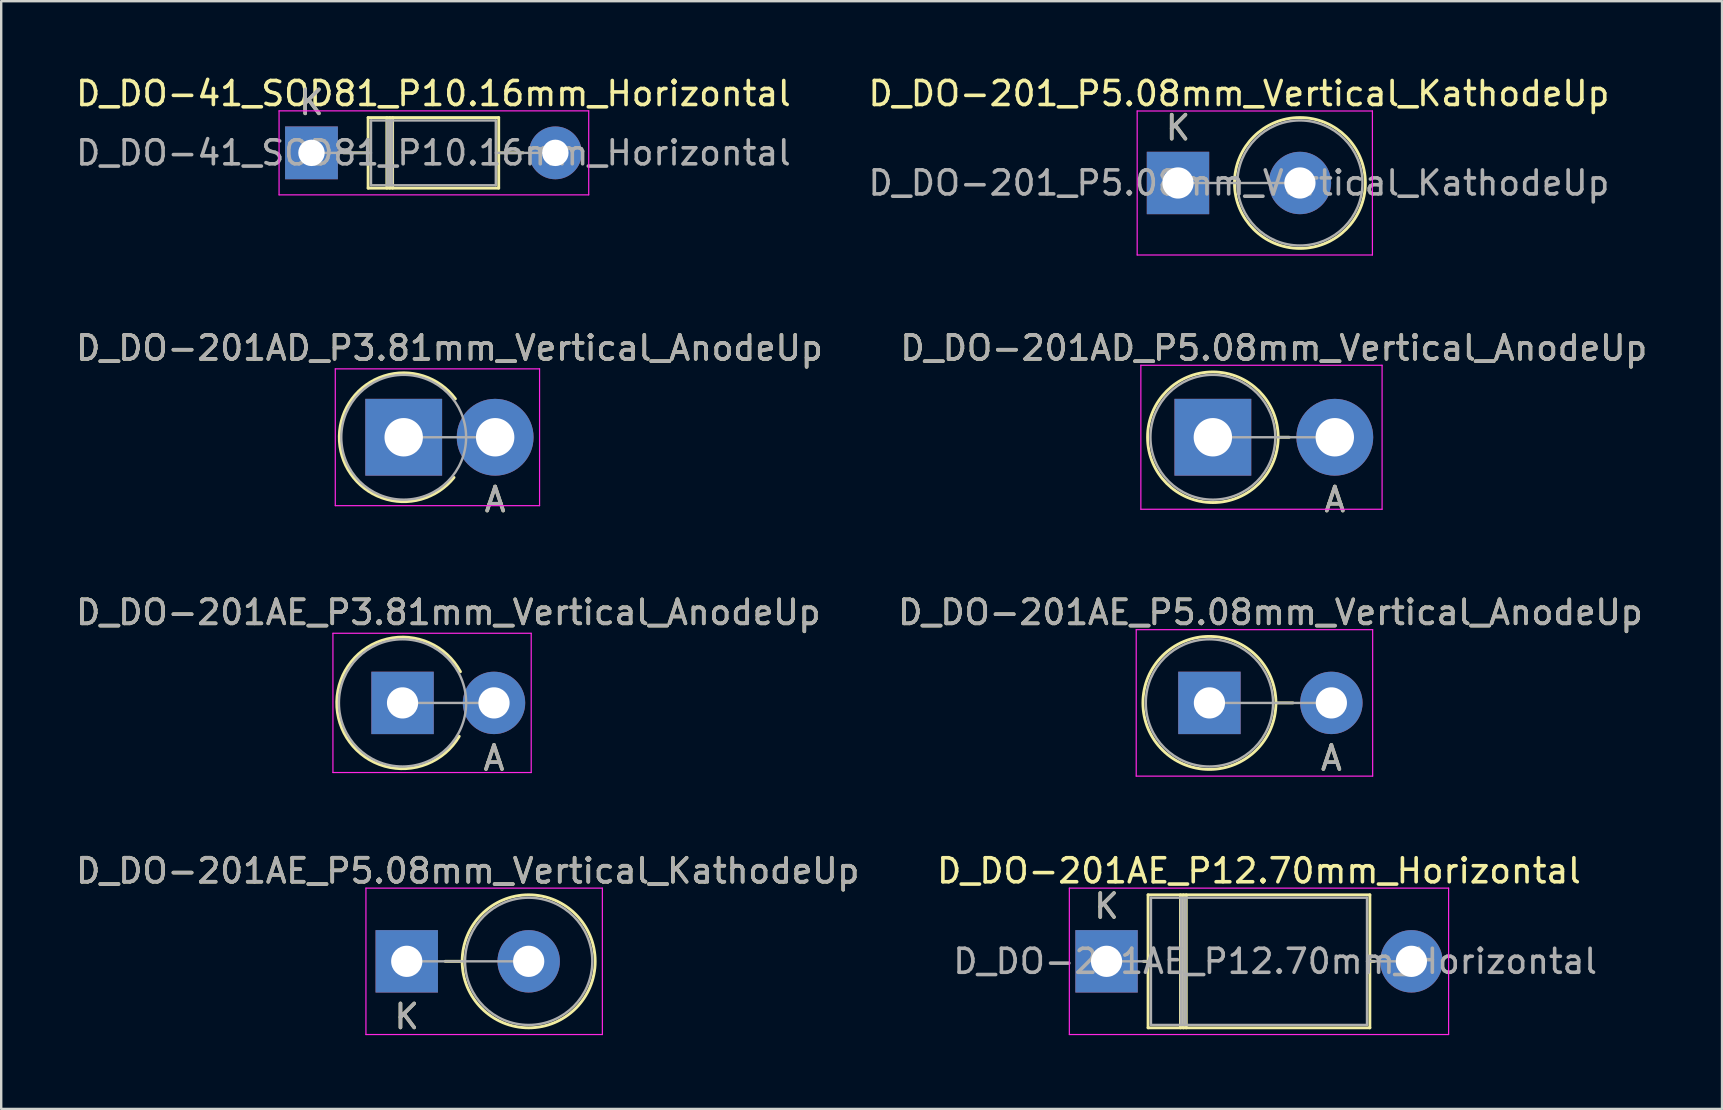
<source format=kicad_pcb>
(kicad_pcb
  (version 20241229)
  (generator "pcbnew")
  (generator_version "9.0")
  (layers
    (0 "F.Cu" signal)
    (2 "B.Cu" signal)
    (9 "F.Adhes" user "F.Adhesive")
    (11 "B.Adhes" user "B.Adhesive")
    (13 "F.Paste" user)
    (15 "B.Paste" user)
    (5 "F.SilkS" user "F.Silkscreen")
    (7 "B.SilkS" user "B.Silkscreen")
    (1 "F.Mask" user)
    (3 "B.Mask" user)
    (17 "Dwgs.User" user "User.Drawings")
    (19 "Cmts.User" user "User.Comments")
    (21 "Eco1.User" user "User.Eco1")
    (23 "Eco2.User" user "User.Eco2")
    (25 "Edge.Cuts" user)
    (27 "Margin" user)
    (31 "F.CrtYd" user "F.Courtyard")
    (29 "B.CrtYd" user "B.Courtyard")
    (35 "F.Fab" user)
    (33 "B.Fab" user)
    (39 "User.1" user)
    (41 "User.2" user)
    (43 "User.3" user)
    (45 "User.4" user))
  (footprint "D_DO-201AE_P5.08mm_Vertical_KathodeUp"
    (layer "F.Cu")
    (at 13.895 36.999)
    (property "Reference" "D_DO-201AE_P5.08mm_Vertical_KathodeUp" (at 2.54 -3.77 0) (layer "F.SilkS") (effects (font (size 1 1) (thickness 0.15))))
    (attr through_hole)
    (fp_line (start 2.31 0) (end 1.6 0) (stroke (width 0.12) (type solid)) (layer "F.SilkS"))
    (fp_circle (center 5.08 0) (end 7.85 0) (stroke (width 0.12) (type solid)) (fill no) (layer "F.SilkS"))
    (fp_line (start -1.7 -3.05) (end -1.7 3.05) (stroke (width 0.05) (type solid)) (layer "F.CrtYd"))
    (fp_line (start -1.7 3.05) (end 8.15 3.05) (stroke (width 0.05) (type solid)) (layer "F.CrtYd"))
    (fp_line (start 8.15 -3.05) (end -1.7 -3.05) (stroke (width 0.05) (type solid)) (layer "F.CrtYd"))
    (fp_line (start 8.15 3.05) (end 8.15 -3.05) (stroke (width 0.05) (type solid)) (layer "F.CrtYd"))
    (fp_line (start 0 0) (end 5.08 0) (stroke (width 0.1) (type solid)) (layer "F.Fab"))
    (fp_circle (center 5.08 0) (end 7.73 0) (stroke (width 0.1) (type solid)) (fill no) (layer "F.Fab"))
    (fp_text user "K" (at 0 2.3 0) (layer "F.SilkS") (effects (font (size 1 1) (thickness 0.15))))
    (fp_text user "K" (at 0 2.3 0) (layer "F.Fab") (effects (font (size 1 1) (thickness 0.15))))
    (fp_text user "${REFERENCE}" (at 2.54 -3.77 0) (layer "F.Fab") (effects (font (size 1 1) (thickness 0.15))))
    (pad "1" thru_hole rect (at 0 0) (size 2.6 2.6) (drill 1.3) (layers "*.Cu" "*.Mask"))
    (pad "2" thru_hole oval (at 5.08 0) (size 2.6 2.6) (drill 1.3) (layers "*.Cu" "*.Mask")))
  (footprint "D_DO-201AE_P5.08mm_Vertical_AnodeUp"
    (layer "F.Cu")
    (at 47.335 26.233)
    (property "Reference" "D_DO-201AE_P5.08mm_Vertical_AnodeUp" (at 2.54 -3.77 0) (layer "F.SilkS") (effects (font (size 1 1) (thickness 0.15))))
    (attr through_hole)
    (fp_line (start 2.77 0) (end 3.48 0) (stroke (width 0.12) (type solid)) (layer "F.SilkS"))
    (fp_circle (center 0 0) (end 2.77 0) (stroke (width 0.12) (type solid)) (fill no) (layer "F.SilkS"))
    (fp_line (start -3.05 -3.05) (end -3.05 3.05) (stroke (width 0.05) (type solid)) (layer "F.CrtYd"))
    (fp_line (start -3.05 3.05) (end 6.8 3.05) (stroke (width 0.05) (type solid)) (layer "F.CrtYd"))
    (fp_line (start 6.8 -3.05) (end -3.05 -3.05) (stroke (width 0.05) (type solid)) (layer "F.CrtYd"))
    (fp_line (start 6.8 3.05) (end 6.8 -3.05) (stroke (width 0.05) (type solid)) (layer "F.CrtYd"))
    (fp_line (start 0 0) (end 5.08 0) (stroke (width 0.1) (type solid)) (layer "F.Fab"))
    (fp_circle (center 0 0) (end 2.65 0) (stroke (width 0.1) (type solid)) (fill no) (layer "F.Fab"))
    (fp_text user "A" (at 5.08 2.3 0) (layer "F.SilkS") (effects (font (size 1 1) (thickness 0.15))))
    (fp_text user "A" (at 5.08 2.3 0) (layer "F.Fab") (effects (font (size 1 1) (thickness 0.15))))
    (fp_text user "${REFERENCE}" (at 2.54 -3.77 0) (layer "F.Fab") (effects (font (size 1 1) (thickness 0.15))))
    (pad "1" thru_hole rect (at 0 0) (size 2.6 2.6) (drill 1.3) (layers "*.Cu" "*.Mask"))
    (pad "2" thru_hole oval (at 5.08 0) (size 2.6 2.6) (drill 1.3) (layers "*.Cu" "*.Mask")))
  (footprint "D_DO-201AE_P12.70mm_Horizontal"
    (layer "F.Cu")
    (at 43.049 36.999)
    (property "Reference" "D_DO-201AE_P12.70mm_Horizontal" (at 6.35 -3.77 0) (layer "F.SilkS") (effects (font (size 1 1) (thickness 0.15))))
    (attr through_hole)
    (fp_line (start 1.54 0) (end 1.73 0) (stroke (width 0.12) (type solid)) (layer "F.SilkS"))
    (fp_line (start 1.73 -2.77) (end 1.73 2.77) (stroke (width 0.12) (type solid)) (layer "F.SilkS"))
    (fp_line (start 1.73 2.77) (end 10.97 2.77) (stroke (width 0.12) (type solid)) (layer "F.SilkS"))
    (fp_line (start 3.08 -2.77) (end 3.08 2.77) (stroke (width 0.12) (type solid)) (layer "F.SilkS"))
    (fp_line (start 3.2 -2.77) (end 3.2 2.77) (stroke (width 0.12) (type solid)) (layer "F.SilkS"))
    (fp_line (start 3.32 -2.77) (end 3.32 2.77) (stroke (width 0.12) (type solid)) (layer "F.SilkS"))
    (fp_line (start 10.97 -2.77) (end 1.73 -2.77) (stroke (width 0.12) (type solid)) (layer "F.SilkS"))
    (fp_line (start 10.97 2.77) (end 10.97 -2.77) (stroke (width 0.12) (type solid)) (layer "F.SilkS"))
    (fp_line (start 11.16 0) (end 10.97 0) (stroke (width 0.12) (type solid)) (layer "F.SilkS"))
    (fp_line (start -1.55 -3.05) (end -1.55 3.05) (stroke (width 0.05) (type solid)) (layer "F.CrtYd"))
    (fp_line (start -1.55 3.05) (end 14.25 3.05) (stroke (width 0.05) (type solid)) (layer "F.CrtYd"))
    (fp_line (start 14.25 -3.05) (end -1.55 -3.05) (stroke (width 0.05) (type solid)) (layer "F.CrtYd"))
    (fp_line (start 14.25 3.05) (end 14.25 -3.05) (stroke (width 0.05) (type solid)) (layer "F.CrtYd"))
    (fp_line (start 0 0) (end 1.85 0) (stroke (width 0.1) (type solid)) (layer "F.Fab"))
    (fp_line (start 1.85 -2.65) (end 1.85 2.65) (stroke (width 0.1) (type solid)) (layer "F.Fab"))
    (fp_line (start 1.85 2.65) (end 10.85 2.65) (stroke (width 0.1) (type solid)) (layer "F.Fab"))
    (fp_line (start 3.1 -2.65) (end 3.1 2.65) (stroke (width 0.1) (type solid)) (layer "F.Fab"))
    (fp_line (start 3.2 -2.65) (end 3.2 2.65) (stroke (width 0.1) (type solid)) (layer "F.Fab"))
    (fp_line (start 3.3 -2.65) (end 3.3 2.65) (stroke (width 0.1) (type solid)) (layer "F.Fab"))
    (fp_line (start 10.85 -2.65) (end 1.85 -2.65) (stroke (width 0.1) (type solid)) (layer "F.Fab"))
    (fp_line (start 10.85 2.65) (end 10.85 -2.65) (stroke (width 0.1) (type solid)) (layer "F.Fab"))
    (fp_line (start 12.7 0) (end 10.85 0) (stroke (width 0.1) (type solid)) (layer "F.Fab"))
    (fp_text user "K" (at 0 -2.3 0) (layer "F.SilkS") (effects (font (size 1 1) (thickness 0.15))))
    (fp_text user "K" (at 0 -2.3 0) (layer "F.Fab") (effects (font (size 1 1) (thickness 0.15))))
    (fp_text user "${REFERENCE}" (at 7.025 0 0) (layer "F.Fab") (effects (font (size 1 1) (thickness 0.15))))
    (pad "1" thru_hole rect (at 0 0) (size 2.6 2.6) (drill 1.3) (layers "*.Cu" "*.Mask"))
    (pad "2" thru_hole oval (at 12.7 0) (size 2.6 2.6) (drill 1.3) (layers "*.Cu" "*.Mask")))
  (footprint "D_DO-41_SOD81_P10.16mm_Horizontal"
    (layer "F.Cu")
    (at 9.926 3.318)
    (property "Reference" "D_DO-41_SOD81_P10.16mm_Horizontal" (at 5.08 -2.47 0) (layer "F.SilkS") (effects (font (size 1 1) (thickness 0.15))))
    (attr through_hole)
    (fp_line (start 1.34 0) (end 2.36 0) (stroke (width 0.12) (type solid)) (layer "F.SilkS"))
    (fp_line (start 2.36 -1.47) (end 2.36 1.47) (stroke (width 0.12) (type solid)) (layer "F.SilkS"))
    (fp_line (start 2.36 1.47) (end 7.8 1.47) (stroke (width 0.12) (type solid)) (layer "F.SilkS"))
    (fp_line (start 3.14 -1.47) (end 3.14 1.47) (stroke (width 0.12) (type solid)) (layer "F.SilkS"))
    (fp_line (start 3.26 -1.47) (end 3.26 1.47) (stroke (width 0.12) (type solid)) (layer "F.SilkS"))
    (fp_line (start 3.38 -1.47) (end 3.38 1.47) (stroke (width 0.12) (type solid)) (layer "F.SilkS"))
    (fp_line (start 7.8 -1.47) (end 2.36 -1.47) (stroke (width 0.12) (type solid)) (layer "F.SilkS"))
    (fp_line (start 7.8 1.47) (end 7.8 -1.47) (stroke (width 0.12) (type solid)) (layer "F.SilkS"))
    (fp_line (start 8.82 0) (end 7.8 0) (stroke (width 0.12) (type solid)) (layer "F.SilkS"))
    (fp_line (start -1.35 -1.75) (end -1.35 1.75) (stroke (width 0.05) (type solid)) (layer "F.CrtYd"))
    (fp_line (start -1.35 1.75) (end 11.55 1.75) (stroke (width 0.05) (type solid)) (layer "F.CrtYd"))
    (fp_line (start 11.55 -1.75) (end -1.35 -1.75) (stroke (width 0.05) (type solid)) (layer "F.CrtYd"))
    (fp_line (start 11.55 1.75) (end 11.55 -1.75) (stroke (width 0.05) (type solid)) (layer "F.CrtYd"))
    (fp_line (start 0 0) (end 2.48 0) (stroke (width 0.1) (type solid)) (layer "F.Fab"))
    (fp_line (start 2.48 -1.35) (end 2.48 1.35) (stroke (width 0.1) (type solid)) (layer "F.Fab"))
    (fp_line (start 2.48 1.35) (end 7.68 1.35) (stroke (width 0.1) (type solid)) (layer "F.Fab"))
    (fp_line (start 3.16 -1.35) (end 3.16 1.35) (stroke (width 0.1) (type solid)) (layer "F.Fab"))
    (fp_line (start 3.26 -1.35) (end 3.26 1.35) (stroke (width 0.1) (type solid)) (layer "F.Fab"))
    (fp_line (start 3.36 -1.35) (end 3.36 1.35) (stroke (width 0.1) (type solid)) (layer "F.Fab"))
    (fp_line (start 7.68 -1.35) (end 2.48 -1.35) (stroke (width 0.1) (type solid)) (layer "F.Fab"))
    (fp_line (start 7.68 1.35) (end 7.68 -1.35) (stroke (width 0.1) (type solid)) (layer "F.Fab"))
    (fp_line (start 10.16 0) (end 7.68 0) (stroke (width 0.1) (type solid)) (layer "F.Fab"))
    (fp_text user "K" (at 0 -2.1 0) (layer "F.SilkS") (effects (font (size 1 1) (thickness 0.15))))
    (fp_text user "${REFERENCE}" (at 5.08 0 0) (layer "F.Fab") (effects (font (size 1 1) (thickness 0.15))))
    (fp_text user "K" (at 0 -2.1 0) (layer "F.Fab") (effects (font (size 1 1) (thickness 0.15))))
    (pad "1" thru_hole rect (at 0 0) (size 2.2 2.2) (drill 1.1) (layers "*.Cu" "*.Mask"))
    (pad "2" thru_hole oval (at 10.16 0) (size 2.2 2.2) (drill 1.1) (layers "*.Cu" "*.Mask")))
  (footprint "D_DO-201AD_P3.81mm_Vertical_AnodeUp"
    (layer "F.Cu")
    (at 13.768 15.166)
    (property "Reference" "D_DO-201AD_P3.81mm_Vertical_AnodeUp" (at 1.905 -3.72 0) (layer "F.SilkS") (effects (font (size 1 1) (thickness 0.15))))
    (attr through_hole)
    (fp_arc (start 2.096636 1.675386) (mid -2.683382 -0.047582) (end 2.154716 -1.6) (stroke (width 0.12) (type solid)) (layer "F.SilkS"))
    (fp_line (start -2.85 -2.85) (end -2.85 2.85) (stroke (width 0.05) (type solid)) (layer "F.CrtYd"))
    (fp_line (start -2.85 2.85) (end 5.66 2.85) (stroke (width 0.05) (type solid)) (layer "F.CrtYd"))
    (fp_line (start 5.66 -2.85) (end -2.85 -2.85) (stroke (width 0.05) (type solid)) (layer "F.CrtYd"))
    (fp_line (start 5.66 2.85) (end 5.66 -2.85) (stroke (width 0.05) (type solid)) (layer "F.CrtYd"))
    (fp_line (start 0 0) (end 3.81 0) (stroke (width 0.1) (type solid)) (layer "F.Fab"))
    (fp_circle (center 0 0) (end 2.6 0) (stroke (width 0.1) (type solid)) (fill no) (layer "F.Fab"))
    (fp_text user "A" (at 3.81 2.6 0) (layer "F.SilkS") (effects (font (size 1 1) (thickness 0.15))))
    (fp_text user "A" (at 3.81 2.6 0) (layer "F.Fab") (effects (font (size 1 1) (thickness 0.15))))
    (fp_text user "${REFERENCE}" (at 1.905 -3.72 0) (layer "F.Fab") (effects (font (size 1 1) (thickness 0.15))))
    (pad "1" thru_hole rect (at 0 0) (size 3.2 3.2) (drill 1.6) (layers "*.Cu" "*.Mask"))
    (pad "2" thru_hole oval (at 3.81 0) (size 3.2 3.2) (drill 1.6) (layers "*.Cu" "*.Mask")))
  (footprint "D_DO-201AD_P5.08mm_Vertical_AnodeUp"
    (layer "F.Cu")
    (at 47.478 15.166)
    (property "Reference" "D_DO-201AD_P5.08mm_Vertical_AnodeUp" (at 2.54 -3.72 0) (layer "F.SilkS") (effects (font (size 1 1) (thickness 0.15))))
    (attr through_hole)
    (fp_line (start 2.72 0) (end 3.18 0) (stroke (width 0.12) (type solid)) (layer "F.SilkS"))
    (fp_circle (center 0 0) (end 2.72 0) (stroke (width 0.12) (type solid)) (fill no) (layer "F.SilkS"))
    (fp_line (start -3 -3) (end -3 3) (stroke (width 0.05) (type solid)) (layer "F.CrtYd"))
    (fp_line (start -3 3) (end 7.05 3) (stroke (width 0.05) (type solid)) (layer "F.CrtYd"))
    (fp_line (start 7.05 -3) (end -3 -3) (stroke (width 0.05) (type solid)) (layer "F.CrtYd"))
    (fp_line (start 7.05 3) (end 7.05 -3) (stroke (width 0.05) (type solid)) (layer "F.CrtYd"))
    (fp_line (start 0 0) (end 5.08 0) (stroke (width 0.1) (type solid)) (layer "F.Fab"))
    (fp_circle (center 0 0) (end 2.6 0) (stroke (width 0.1) (type solid)) (fill no) (layer "F.Fab"))
    (fp_text user "A" (at 5.08 2.6 0) (layer "F.SilkS") (effects (font (size 1 1) (thickness 0.15))))
    (fp_text user "A" (at 5.08 2.6 0) (layer "F.Fab") (effects (font (size 1 1) (thickness 0.15))))
    (fp_text user "${REFERENCE}" (at 2.54 -3.72 0) (layer "F.Fab") (effects (font (size 1 1) (thickness 0.15))))
    (pad "1" thru_hole rect (at 0 0) (size 3.2 3.2) (drill 1.6) (layers "*.Cu" "*.Mask"))
    (pad "2" thru_hole oval (at 5.08 0) (size 3.2 3.2) (drill 1.6) (layers "*.Cu" "*.Mask")))
  (footprint "D_DO-201AE_P3.81mm_Vertical_AnodeUp"
    (layer "F.Cu")
    (at 13.72 26.233)
    (property "Reference" "D_DO-201AE_P3.81mm_Vertical_AnodeUp" (at 1.905 -3.77 0) (layer "F.SilkS") (effects (font (size 1 1) (thickness 0.15))))
    (attr through_hole)
    (fp_arc (start 2.361782 1.391144) (mid -2.74054 -0.052312) (end 2.413151 -1.3) (stroke (width 0.12) (type solid)) (layer "F.SilkS"))
    (fp_line (start -2.9 -2.9) (end -2.9 2.9) (stroke (width 0.05) (type solid)) (layer "F.CrtYd"))
    (fp_line (start -2.9 2.9) (end 5.36 2.9) (stroke (width 0.05) (type solid)) (layer "F.CrtYd"))
    (fp_line (start 5.36 -2.9) (end -2.9 -2.9) (stroke (width 0.05) (type solid)) (layer "F.CrtYd"))
    (fp_line (start 5.36 2.9) (end 5.36 -2.9) (stroke (width 0.05) (type solid)) (layer "F.CrtYd"))
    (fp_line (start 0 0) (end 3.81 0) (stroke (width 0.1) (type solid)) (layer "F.Fab"))
    (fp_circle (center 0 0) (end 2.65 0) (stroke (width 0.1) (type solid)) (fill no) (layer "F.Fab"))
    (fp_text user "A" (at 3.81 2.3 0) (layer "F.SilkS") (effects (font (size 1 1) (thickness 0.15))))
    (fp_text user "${REFERENCE}" (at 1.905 -3.77 0) (layer "F.Fab") (effects (font (size 1 1) (thickness 0.15))))
    (fp_text user "A" (at 3.81 2.3 0) (layer "F.Fab") (effects (font (size 1 1) (thickness 0.15))))
    (pad "1" thru_hole rect (at 0 0) (size 2.6 2.6) (drill 1.3) (layers "*.Cu" "*.Mask"))
    (pad "2" thru_hole oval (at 3.81 0) (size 2.6 2.6) (drill 1.3) (layers "*.Cu" "*.Mask")))
  (footprint "D_DO-201_P5.08mm_Vertical_KathodeUp"
    (layer "F.Cu")
    (at 46.025 4.573)
    (property "Reference" "D_DO-201_P5.08mm_Vertical_KathodeUp" (at 2.54 -3.725 0) (layer "F.SilkS") (effects (font (size 1 1) (thickness 0.15))))
    (attr through_hole)
    (fp_circle (center 5.08 0) (end 7.805 0) (stroke (width 0.12) (type solid)) (fill no) (layer "F.SilkS"))
    (fp_line (start -1.7 -3) (end -1.7 3) (stroke (width 0.05) (type solid)) (layer "F.CrtYd"))
    (fp_line (start -1.7 3) (end 8.1 3) (stroke (width 0.05) (type solid)) (layer "F.CrtYd"))
    (fp_line (start 8.1 -3) (end -1.7 -3) (stroke (width 0.05) (type solid)) (layer "F.CrtYd"))
    (fp_line (start 8.1 3) (end 8.1 -3) (stroke (width 0.05) (type solid)) (layer "F.CrtYd"))
    (fp_line (start 0 0) (end 5.08 0) (stroke (width 0.1) (type solid)) (layer "F.Fab"))
    (fp_circle (center 5.08 0) (end 7.685 0) (stroke (width 0.1) (type solid)) (fill no) (layer "F.Fab"))
    (fp_text user "K" (at 0 -2.3 0) (layer "F.SilkS") (effects (font (size 1 1) (thickness 0.15))))
    (fp_text user "K" (at 0 -2.3 0) (layer "F.Fab") (effects (font (size 1 1) (thickness 0.15))))
    (fp_text user "${REFERENCE}" (at 2.54 0 0) (layer "F.Fab") (effects (font (size 1 1) (thickness 0.15))))
    (pad "1" thru_hole rect (at 0 0) (size 2.6 2.6) (drill 1.3) (layers "*.Cu" "*.Mask"))
    (pad "2" thru_hole oval (at 5.08 0) (size 2.6 2.6) (drill 1.3) (layers "*.Cu" "*.Mask")))
  (gr_rect
    (start -3 -3)
    (end 68.69 43.148)
    (stroke (width 0.1) (type default))
    (fill no)
    (layer "Edge.Cuts")))
</source>
